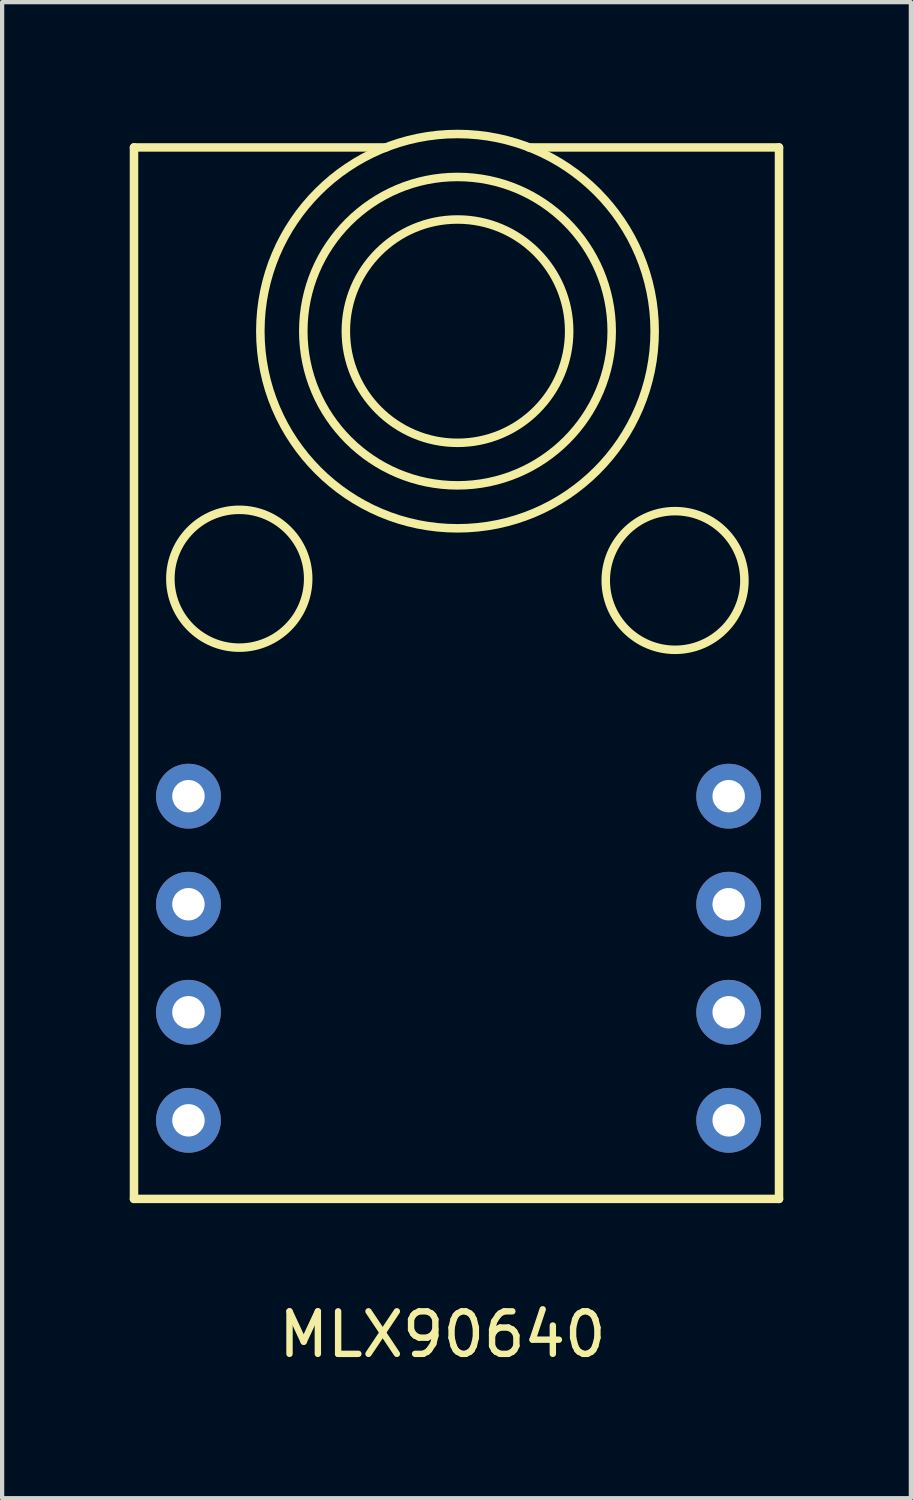
<source format=kicad_pcb>
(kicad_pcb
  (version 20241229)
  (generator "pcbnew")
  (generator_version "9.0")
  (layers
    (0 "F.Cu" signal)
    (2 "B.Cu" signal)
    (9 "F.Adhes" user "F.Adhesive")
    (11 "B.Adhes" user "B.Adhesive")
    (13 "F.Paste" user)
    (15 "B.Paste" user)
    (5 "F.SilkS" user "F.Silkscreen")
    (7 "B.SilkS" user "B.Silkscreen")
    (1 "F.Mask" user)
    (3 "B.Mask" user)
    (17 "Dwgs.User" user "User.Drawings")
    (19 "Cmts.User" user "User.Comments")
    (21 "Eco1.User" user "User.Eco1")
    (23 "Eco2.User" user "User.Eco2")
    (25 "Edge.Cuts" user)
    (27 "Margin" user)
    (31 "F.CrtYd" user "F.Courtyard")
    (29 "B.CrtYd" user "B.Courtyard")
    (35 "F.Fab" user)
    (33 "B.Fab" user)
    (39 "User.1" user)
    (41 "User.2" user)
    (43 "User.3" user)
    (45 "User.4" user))
  (footprint "MLX90640"
    (layer "F.Cu")
    (at 1.38 23.287)
    (property "Reference" "MLX90640" (at 5.971 5.035 0) (unlocked yes) (layer "F.SilkS") (effects (font (size 1 1) (thickness 0.15))))
    (attr through_hole)
    (fp_line (start -1.28 -22.871) (end -1.28 1.847) (stroke (width 0.2) (type solid)) (layer "F.SilkS"))
    (fp_line (start -1.28 1.847) (end 13.883 1.847) (stroke (width 0.2) (type solid)) (layer "F.SilkS"))
    (fp_line (start 4.643 -22.871) (end -1.28 -22.871) (stroke (width 0.2) (type solid)) (layer "F.SilkS"))
    (fp_line (start 13.883 -22.871) (end 8.006 -22.871) (stroke (width 0.2) (type solid)) (layer "F.SilkS"))
    (fp_line (start 13.883 1.847) (end 13.883 -22.871) (stroke (width 0.2) (type solid)) (layer "F.SilkS"))
    (fp_circle (center 1.195 -12.732) (end 2.815 -12.732) (stroke (width 0.2) (type solid)) (fill no) (layer "F.SilkS"))
    (fp_circle (center 6.325 -18.552) (end 8.95 -18.552) (stroke (width 0.2) (type solid)) (fill no) (layer "F.SilkS"))
    (fp_circle (center 6.325 -18.552) (end 9.95 -18.552) (stroke (width 0.2) (type solid)) (fill no) (layer "F.SilkS"))
    (fp_circle (center 6.325 -18.552) (end 10.96 -18.552) (stroke (width 0.2) (type solid)) (fill no) (layer "F.SilkS"))
    (fp_circle (center 11.44 -12.691) (end 13.07 -12.691) (stroke (width 0.2) (type solid)) (fill no) (layer "F.SilkS"))
    (pad "1" thru_hole circle (at 0 0) (size 1.524 1.524) (drill 0.762) (layers "*.Cu" "*.Mask"))
    (pad "2" thru_hole circle (at 0 -2.54) (size 1.524 1.524) (drill 0.762) (layers "*.Cu" "*.Mask"))
    (pad "3" thru_hole circle (at 0 -5.08) (size 1.524 1.524) (drill 0.762) (layers "*.Cu" "*.Mask"))
    (pad "4" thru_hole circle (at 0 -7.62) (size 1.524 1.524) (drill 0.762) (layers "*.Cu" "*.Mask"))
    (pad "5" thru_hole circle (at 12.7 0) (size 1.524 1.524) (drill 0.762) (layers "*.Cu" "*.Mask"))
    (pad "6" thru_hole circle (at 12.7 -2.54) (size 1.524 1.524) (drill 0.762) (layers "*.Cu" "*.Mask"))
    (pad "7" thru_hole circle (at 12.7 -5.08) (size 1.524 1.524) (drill 0.762) (layers "*.Cu" "*.Mask"))
    (pad "8" thru_hole circle (at 12.7 -7.62) (size 1.524 1.524) (drill 0.762) (layers "*.Cu" "*.Mask")))
  (gr_rect
    (start -3 -3)
    (end 18.363 32.17)
    (stroke (width 0.1) (type default))
    (fill no)
    (layer "Edge.Cuts")))
</source>
